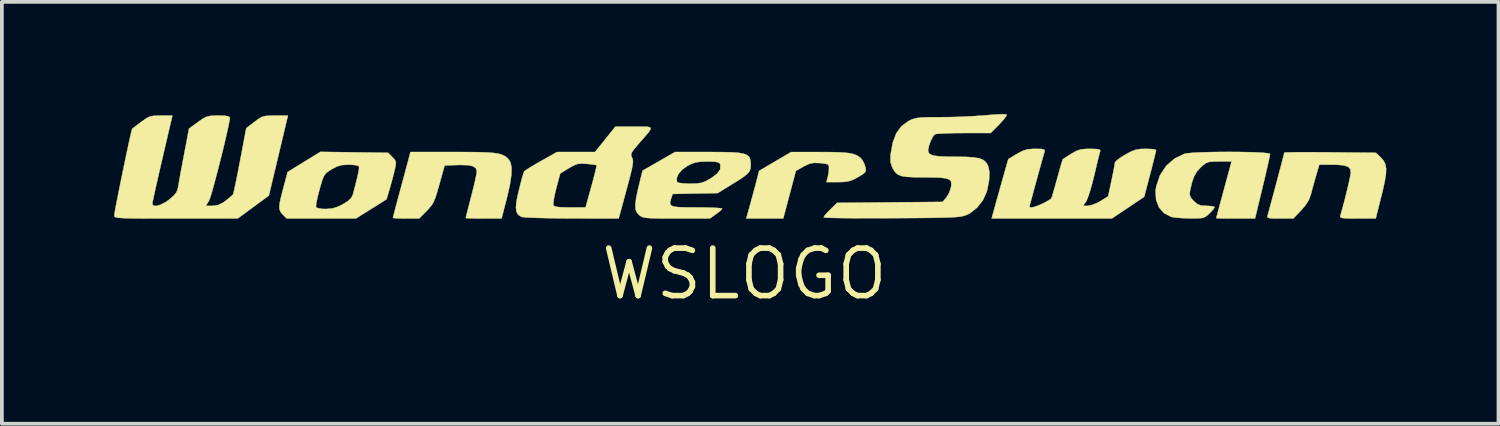
<source format=kicad_pcb>
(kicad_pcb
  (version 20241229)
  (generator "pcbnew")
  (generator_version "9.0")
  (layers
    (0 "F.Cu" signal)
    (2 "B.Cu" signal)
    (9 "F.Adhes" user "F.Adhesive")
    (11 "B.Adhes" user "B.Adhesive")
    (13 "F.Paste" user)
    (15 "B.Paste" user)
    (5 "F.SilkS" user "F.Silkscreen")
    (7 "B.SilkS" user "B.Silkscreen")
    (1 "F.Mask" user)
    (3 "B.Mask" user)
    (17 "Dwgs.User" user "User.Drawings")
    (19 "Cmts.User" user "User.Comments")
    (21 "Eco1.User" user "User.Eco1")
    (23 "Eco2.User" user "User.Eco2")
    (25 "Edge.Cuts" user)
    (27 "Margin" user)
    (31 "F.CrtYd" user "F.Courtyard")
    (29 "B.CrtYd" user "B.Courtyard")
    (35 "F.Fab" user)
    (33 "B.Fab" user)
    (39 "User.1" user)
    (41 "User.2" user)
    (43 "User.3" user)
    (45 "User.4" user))
  (footprint "WSLOGO"
    (layer "F.Cu")
    (at 16.854 1.226)
    (property "Reference" "WSLOGO" (at 0 3.048 0) (layer "F.SilkS") (effects (font (size 1.27 1.27) (thickness 0.15))))
    (attr through_hole)
    (fp_poly (pts (xy 2.341 -0.209) (xy 2.586 -0.201) (xy 2.772 -0.185) (xy 2.909 -0.159) (xy 3.01 -0.121) (xy 3.087 -0.068) (xy 3.139 -0.016) (xy 3.198 0.084) (xy 3.236 0.197) (xy 3.247 0.272) (xy 3.229 0.327) (xy 3.168 0.381) (xy 3.049 0.453) (xy 3.035 0.461) (xy 2.895 0.534) (xy 2.773 0.574) (xy 2.631 0.59) (xy 2.499 0.593) (xy 2.192 0.593) (xy 2.225 0.476) (xy 2.252 0.342) (xy 2.261 0.233) (xy 2.259 0.161) (xy 2.233 0.121) (xy 2.164 0.1) (xy 2.032 0.085) (xy 2.024 0.084) (xy 1.866 0.078) (xy 1.745 0.099) (xy 1.617 0.157) (xy 1.579 0.178) (xy 1.376 0.293) (xy 1.038 1.566) (xy 0.05 1.566) (xy 0.153 1.196) (xy 0.21 0.988) (xy 0.268 0.772) (xy 0.317 0.589) (xy 0.324 0.559) (xy 0.393 0.292) (xy 1.249 -0.211) (xy 2.023 -0.211) (xy 2.341 -0.209)) (stroke (width 0.01) (type solid)) (fill yes) (layer "F.SilkS"))
    (fp_poly (pts (xy -10.433 -0.203) (xy -9.527 -0.191) (xy -9.412 -0.076) (xy -9.347 -0.005) (xy -9.32 0.056) (xy -9.324 0.14) (xy -9.349 0.263) (xy -9.39 0.427) (xy -9.443 0.624) (xy -9.485 0.77) (xy -9.569 1.053) (xy -9.979 1.31) (xy -10.389 1.566) (xy -12.238 1.566) (xy -12.342 1.462) (xy -12.396 1.401) (xy -12.427 1.334) (xy -12.435 1.248) (xy -12.433 1.234) (xy -11.456 1.234) (xy -11.453 1.267) (xy -11.398 1.292) (xy -11.287 1.309) (xy -11.194 1.312) (xy -11.021 1.299) (xy -10.865 1.25) (xy -10.731 1.182) (xy -10.593 1.095) (xy -10.513 1.018) (xy -10.468 0.926) (xy -10.46 0.896) (xy -10.392 0.634) (xy -10.345 0.443) (xy -10.317 0.312) (xy -10.304 0.228) (xy -10.304 0.181) (xy -10.309 0.168) (xy -10.362 0.146) (xy -10.473 0.131) (xy -10.585 0.127) (xy -10.76 0.137) (xy -10.9 0.177) (xy -11.041 0.253) (xy -11.134 0.312) (xy -11.198 0.367) (xy -11.245 0.437) (xy -11.287 0.54) (xy -11.334 0.697) (xy -11.363 0.8) (xy -11.41 0.98) (xy -11.442 1.131) (xy -11.456 1.234) (xy -12.433 1.234) (xy -12.42 1.126) (xy -12.381 0.953) (xy -12.326 0.744) (xy -12.213 0.323) (xy -11.339 -0.216) (xy -10.433 -0.203)) (stroke (width 0.01) (type solid)) (fill yes) (layer "F.SilkS"))
    (fp_poly (pts (xy -7.423 -0.211) (xy -7.13 -0.208) (xy -6.902 -0.201) (xy -6.726 -0.189) (xy -6.595 -0.171) (xy -6.496 -0.145) (xy -6.421 -0.111) (xy -6.357 -0.067) (xy -6.318 -0.032) (xy -6.255 0.064) (xy -6.226 0.208) (xy -6.232 0.406) (xy -6.271 0.667) (xy -6.346 0.996) (xy -6.358 1.042) (xy -6.493 1.566) (xy -6.972 1.566) (xy -7.162 1.565) (xy -7.316 1.562) (xy -7.418 1.558) (xy -7.451 1.553) (xy -7.441 1.509) (xy -7.413 1.399) (xy -7.372 1.237) (xy -7.321 1.039) (xy -7.303 0.971) (xy -7.249 0.756) (xy -7.203 0.563) (xy -7.171 0.412) (xy -7.155 0.32) (xy -7.155 0.308) (xy -7.178 0.224) (xy -7.255 0.169) (xy -7.394 0.14) (xy -7.605 0.134) (xy -7.67 0.136) (xy -8.016 0.148) (xy -8.157 0.655) (xy -8.219 0.872) (xy -8.27 1.027) (xy -8.319 1.14) (xy -8.376 1.229) (xy -8.45 1.315) (xy -8.497 1.364) (xy -8.696 1.566) (xy -9.047 1.566) (xy -9.208 1.564) (xy -9.329 1.559) (xy -9.393 1.551) (xy -9.398 1.548) (xy -9.387 1.503) (xy -9.358 1.39) (xy -9.314 1.223) (xy -9.259 1.016) (xy -9.211 0.839) (xy -9.145 0.594) (xy -9.083 0.365) (xy -9.031 0.169) (xy -8.992 0.025) (xy -8.977 -0.032) (xy -8.929 -0.212) (xy -7.79 -0.212) (xy -7.423 -0.211)) (stroke (width 0.01) (type solid)) (fill yes) (layer "F.SilkS"))
    (fp_poly (pts (xy 15.274 -0.206) (xy 15.58 -0.204) (xy 15.661 -0.203) (xy 16.886 -0.191) (xy 17.01 -0.071) (xy 17.087 0.016) (xy 17.136 0.112) (xy 17.158 0.23) (xy 17.152 0.384) (xy 17.119 0.587) (xy 17.059 0.853) (xy 17.032 0.96) (xy 16.88 1.566) (xy 16.396 1.566) (xy 16.188 1.565) (xy 16.05 1.561) (xy 15.971 1.55) (xy 15.935 1.532) (xy 15.931 1.504) (xy 15.934 1.492) (xy 15.99 1.294) (xy 16.048 1.076) (xy 16.103 0.855) (xy 16.152 0.651) (xy 16.189 0.481) (xy 16.21 0.364) (xy 16.214 0.33) (xy 16.197 0.241) (xy 16.138 0.181) (xy 16.026 0.145) (xy 15.848 0.129) (xy 15.71 0.127) (xy 15.371 0.127) (xy 15.286 0.413) (xy 15.234 0.597) (xy 15.182 0.786) (xy 15.15 0.91) (xy 15.09 1.075) (xy 14.985 1.234) (xy 14.888 1.344) (xy 14.677 1.566) (xy 14.321 1.566) (xy 14.147 1.565) (xy 14.043 1.557) (xy 13.993 1.541) (xy 13.983 1.512) (xy 13.987 1.492) (xy 14.008 1.418) (xy 14.045 1.284) (xy 14.094 1.103) (xy 14.15 0.893) (xy 14.211 0.666) (xy 14.271 0.438) (xy 14.328 0.225) (xy 14.376 0.041) (xy 14.412 -0.1) (xy 14.433 -0.181) (xy 14.436 -0.195) (xy 14.476 -0.2) (xy 14.591 -0.203) (xy 14.769 -0.206) (xy 15.001 -0.206) (xy 15.274 -0.206)) (stroke (width 0.01) (type solid)) (fill yes) (layer "F.SilkS"))
    (fp_poly (pts (xy -2.592 -0.887) (xy -2.517 -0.869) (xy -2.507 -0.825) (xy -2.558 -0.744) (xy -2.666 -0.616) (xy -2.81 -0.453) (xy -2.928 -0.315) (xy -2.998 -0.222) (xy -3.028 -0.159) (xy -3.025 -0.108) (xy -3.004 -0.061) (xy -2.986 -0.016) (xy -2.98 0.042) (xy -2.988 0.126) (xy -3.011 0.248) (xy -3.053 0.419) (xy -3.114 0.654) (xy -3.155 0.805) (xy -3.362 1.566) (xy -4.613 1.564) (xy -4.934 1.562) (xy -5.231 1.557) (xy -5.493 1.551) (xy -5.708 1.544) (xy -5.864 1.535) (xy -5.95 1.525) (xy -5.959 1.522) (xy -6.044 1.47) (xy -6.094 1.389) (xy -6.109 1.267) (xy -6.1 1.178) (xy -5.111 1.178) (xy -5.108 1.204) (xy -5.08 1.236) (xy -5.017 1.255) (xy -4.902 1.266) (xy -4.721 1.27) (xy -4.665 1.27) (xy -4.247 1.27) (xy -4.093 0.712) (xy -4.037 0.508) (xy -3.993 0.335) (xy -3.963 0.21) (xy -3.951 0.145) (xy -3.952 0.141) (xy -3.998 0.13) (xy -4.103 0.116) (xy -4.216 0.105) (xy -4.363 0.097) (xy -4.472 0.11) (xy -4.581 0.156) (xy -4.696 0.222) (xy -4.925 0.362) (xy -5.029 0.75) (xy -5.072 0.926) (xy -5.1 1.076) (xy -5.111 1.178) (xy -6.1 1.178) (xy -6.091 1.093) (xy -6.041 0.853) (xy -6.028 0.803) (xy -5.981 0.615) (xy -5.938 0.457) (xy -5.905 0.348) (xy -5.889 0.308) (xy -5.844 0.272) (xy -5.74 0.206) (xy -5.594 0.118) (xy -5.437 0.028) (xy -5.011 -0.212) (xy -3.994 -0.212) (xy -3.723 -0.55) (xy -3.451 -0.889) (xy -2.948 -0.889) (xy -2.734 -0.89) (xy -2.592 -0.887)) (stroke (width 0.01) (type solid)) (fill yes) (layer "F.SilkS"))
    (fp_poly (pts (xy 13.236 -0.213) (xy 13.486 -0.208) (xy 13.706 -0.201) (xy 13.882 -0.191) (xy 14.003 -0.177) (xy 14.054 -0.161) (xy 14.055 -0.159) (xy 14.045 -0.103) (xy 14.019 0.022) (xy 13.978 0.202) (xy 13.927 0.425) (xy 13.867 0.677) (xy 13.854 0.73) (xy 13.653 1.566) (xy 13.134 1.566) (xy 12.936 1.566) (xy 12.773 1.563) (xy 12.661 1.56) (xy 12.616 1.556) (xy 12.616 1.556) (xy 12.627 1.514) (xy 12.656 1.403) (xy 12.701 1.236) (xy 12.758 1.027) (xy 12.821 0.794) (xy 13.025 0.042) (xy 12.695 0.042) (xy 12.527 0.044) (xy 12.417 0.055) (xy 12.338 0.085) (xy 12.264 0.14) (xy 12.198 0.201) (xy 12.1 0.309) (xy 12.027 0.431) (xy 11.971 0.588) (xy 11.919 0.803) (xy 11.912 0.837) (xy 11.906 0.936) (xy 11.943 1.019) (xy 12.014 1.099) (xy 12.109 1.18) (xy 12.206 1.218) (xy 12.345 1.228) (xy 12.358 1.228) (xy 12.48 1.234) (xy 12.558 1.249) (xy 12.573 1.262) (xy 12.545 1.309) (xy 12.474 1.39) (xy 12.433 1.431) (xy 12.363 1.495) (xy 12.3 1.535) (xy 12.221 1.556) (xy 12.104 1.563) (xy 11.926 1.563) (xy 11.915 1.563) (xy 11.728 1.557) (xy 11.56 1.545) (xy 11.439 1.529) (xy 11.413 1.522) (xy 11.222 1.425) (xy 11.085 1.269) (xy 11.007 1.066) (xy 10.993 0.829) (xy 11.01 0.713) (xy 11.112 0.409) (xy 11.278 0.157) (xy 11.504 -0.038) (xy 11.764 -0.163) (xy 11.852 -0.179) (xy 12.003 -0.192) (xy 12.204 -0.202) (xy 12.44 -0.209) (xy 12.7 -0.214) (xy 12.97 -0.215) (xy 13.236 -0.213)) (stroke (width 0.01) (type solid)) (fill yes) (layer "F.SilkS"))
    (fp_poly (pts (xy -0.627 -0.21) (xy -0.363 -0.204) (xy -0.165 -0.191) (xy -0.023 -0.167) (xy 0.072 -0.13) (xy 0.129 -0.078) (xy 0.158 -0.006) (xy 0.168 0.087) (xy 0.169 0.129) (xy 0.164 0.219) (xy 0.141 0.293) (xy 0.089 0.363) (xy -0.004 0.44) (xy -0.149 0.538) (xy -0.327 0.648) (xy -0.717 0.887) (xy -1.318 0.898) (xy -1.919 0.91) (xy -1.958 1.028) (xy -1.983 1.114) (xy -1.986 1.176) (xy -1.957 1.219) (xy -1.885 1.247) (xy -1.76 1.262) (xy -1.573 1.269) (xy -1.312 1.27) (xy -1.271 1.27) (xy -1.042 1.272) (xy -0.847 1.277) (xy -0.698 1.285) (xy -0.611 1.295) (xy -0.594 1.302) (xy -0.626 1.343) (xy -0.706 1.411) (xy -0.759 1.45) (xy -0.924 1.566) (xy -1.811 1.566) (xy -2.108 1.566) (xy -2.333 1.564) (xy -2.498 1.559) (xy -2.614 1.55) (xy -2.694 1.537) (xy -2.749 1.518) (xy -2.793 1.491) (xy -2.809 1.479) (xy -2.873 1.411) (xy -2.909 1.324) (xy -2.917 1.202) (xy -2.897 1.032) (xy -2.849 0.801) (xy -2.821 0.684) (xy -2.775 0.495) (xy -1.814 0.495) (xy -1.8 0.592) (xy -1.747 0.613) (xy -1.633 0.628) (xy -1.481 0.635) (xy -1.454 0.635) (xy -1.277 0.631) (xy -1.149 0.612) (xy -1.037 0.57) (xy -0.904 0.497) (xy -0.736 0.375) (xy -0.649 0.256) (xy -0.641 0.136) (xy -0.65 0.106) (xy -0.685 0.071) (xy -0.766 0.051) (xy -0.91 0.043) (xy -0.993 0.042) (xy -1.179 0.048) (xy -1.316 0.069) (xy -1.438 0.115) (xy -1.523 0.159) (xy -1.664 0.26) (xy -1.765 0.378) (xy -1.814 0.495) (xy -2.775 0.495) (xy -2.724 0.288) (xy -2.289 0.038) (xy -1.855 -0.212) (xy -0.967 -0.212) (xy -0.627 -0.21)) (stroke (width 0.01) (type solid)) (fill yes) (layer "F.SilkS"))
    (fp_poly (pts (xy 10.871 -0.292) (xy 10.971 -0.28) (xy 11.008 -0.265) (xy 10.998 -0.214) (xy 10.97 -0.098) (xy 10.928 0.07) (xy 10.876 0.275) (xy 10.849 0.377) (xy 10.689 0.986) (xy 10.257 1.276) (xy 9.824 1.566) (xy 6.61 1.566) (xy 6.712 1.196) (xy 6.772 0.981) (xy 6.843 0.728) (xy 6.912 0.482) (xy 6.935 0.402) (xy 7.055 -0.021) (xy 7.283 -0.159) (xy 7.433 -0.24) (xy 7.563 -0.282) (xy 7.717 -0.296) (xy 7.78 -0.296) (xy 7.926 -0.294) (xy 8.003 -0.282) (xy 8.03 -0.257) (xy 8.026 -0.222) (xy 8.004 -0.149) (xy 7.966 -0.016) (xy 7.917 0.159) (xy 7.861 0.361) (xy 7.802 0.575) (xy 7.745 0.784) (xy 7.694 0.972) (xy 7.653 1.123) (xy 7.627 1.222) (xy 7.62 1.252) (xy 7.654 1.273) (xy 7.742 1.259) (xy 7.866 1.216) (xy 8.007 1.152) (xy 8.147 1.073) (xy 8.205 1.033) (xy 8.221 0.991) (xy 8.254 0.883) (xy 8.299 0.725) (xy 8.353 0.532) (xy 8.359 0.51) (xy 8.413 0.315) (xy 8.459 0.151) (xy 8.495 0.035) (xy 8.513 -0.017) (xy 8.514 -0.018) (xy 8.556 -0.047) (xy 8.647 -0.106) (xy 8.74 -0.164) (xy 8.869 -0.238) (xy 8.983 -0.278) (xy 9.12 -0.294) (xy 9.241 -0.296) (xy 9.403 -0.292) (xy 9.491 -0.278) (xy 9.516 -0.251) (xy 9.514 -0.243) (xy 9.498 -0.185) (xy 9.466 -0.06) (xy 9.424 0.114) (xy 9.375 0.322) (xy 9.356 0.402) (xy 9.3 0.625) (xy 9.243 0.828) (xy 9.189 0.99) (xy 9.146 1.094) (xy 9.136 1.111) (xy 9.054 1.228) (xy 9.183 1.228) (xy 9.292 1.205) (xy 9.431 1.149) (xy 9.519 1.101) (xy 9.725 0.974) (xy 9.816 0.549) (xy 9.854 0.365) (xy 9.884 0.211) (xy 9.902 0.105) (xy 9.906 0.071) (xy 9.94 0.026) (xy 10.031 -0.045) (xy 10.159 -0.127) (xy 10.179 -0.139) (xy 10.338 -0.225) (xy 10.464 -0.272) (xy 10.593 -0.293) (xy 10.73 -0.296) (xy 10.871 -0.292)) (stroke (width 0.01) (type solid)) (fill yes) (layer "F.SilkS"))
    (fp_poly (pts (xy -12.206 -1.185) (xy -12.46 -0.116) (xy -12.715 0.953) (xy -13.131 1.259) (xy -13.548 1.566) (xy -15.198 1.566) (xy -15.615 1.566) (xy -15.955 1.566) (xy -16.227 1.564) (xy -16.437 1.561) (xy -16.593 1.557) (xy -16.704 1.55) (xy -16.777 1.541) (xy -16.82 1.529) (xy -16.842 1.514) (xy -16.848 1.495) (xy -16.849 1.486) (xy -16.84 1.424) (xy -16.818 1.295) (xy -16.783 1.113) (xy -16.738 0.889) (xy -16.688 0.637) (xy -16.633 0.369) (xy -16.577 0.1) (xy -16.523 -0.158) (xy -16.473 -0.392) (xy -16.43 -0.588) (xy -16.396 -0.735) (xy -16.375 -0.818) (xy -16.369 -0.832) (xy -16.329 -0.865) (xy -16.239 -0.933) (xy -16.127 -1.018) (xy -16.002 -1.106) (xy -15.905 -1.156) (xy -15.8 -1.179) (xy -15.654 -1.185) (xy -15.598 -1.185) (xy -15.295 -1.185) (xy -15.564 -0.032) (xy -15.634 0.27) (xy -15.697 0.546) (xy -15.751 0.786) (xy -15.793 0.977) (xy -15.821 1.11) (xy -15.833 1.172) (xy -15.833 1.174) (xy -15.801 1.225) (xy -15.718 1.23) (xy -15.6 1.194) (xy -15.464 1.121) (xy -15.378 1.059) (xy -15.254 0.952) (xy -15.183 0.86) (xy -15.147 0.758) (xy -15.138 0.71) (xy -15.121 0.606) (xy -15.091 0.438) (xy -15.052 0.225) (xy -15.007 -0.014) (xy -14.98 -0.154) (xy -14.851 -0.836) (xy -14.613 -1.011) (xy -14.484 -1.102) (xy -14.384 -1.154) (xy -14.28 -1.178) (xy -14.138 -1.185) (xy -14.067 -1.185) (xy -13.897 -1.181) (xy -13.799 -1.166) (xy -13.76 -1.139) (xy -13.758 -1.128) (xy -13.769 -1.046) (xy -13.798 -0.899) (xy -13.842 -0.699) (xy -13.897 -0.462) (xy -13.96 -0.201) (xy -14.028 0.069) (xy -14.096 0.335) (xy -14.161 0.581) (xy -14.22 0.795) (xy -14.269 0.961) (xy -14.304 1.066) (xy -14.316 1.09) (xy -14.4 1.228) (xy -14.223 1.228) (xy -14.078 1.209) (xy -13.944 1.145) (xy -13.87 1.091) (xy -13.767 1.008) (xy -13.693 0.945) (xy -13.672 0.924) (xy -13.658 0.875) (xy -13.631 0.755) (xy -13.594 0.578) (xy -13.549 0.356) (xy -13.5 0.101) (xy -13.485 0.023) (xy -13.32 -0.848) (xy -13.101 -1.017) (xy -12.988 -1.101) (xy -12.899 -1.151) (xy -12.805 -1.176) (xy -12.676 -1.184) (xy -12.544 -1.185) (xy -12.206 -1.185)) (stroke (width 0.01) (type solid)) (fill yes) (layer "F.SilkS"))
    (fp_poly (pts (xy 7.011 -1.215) (xy 7.014 -1.213) (xy 7 -1.171) (xy 6.938 -1.087) (xy 6.84 -0.978) (xy 6.815 -0.951) (xy 6.586 -0.72) (xy 5.865 -0.719) (xy 5.624 -0.717) (xy 5.411 -0.712) (xy 5.241 -0.704) (xy 5.129 -0.694) (xy 5.092 -0.686) (xy 5.038 -0.62) (xy 4.981 -0.506) (xy 4.933 -0.377) (xy 4.911 -0.268) (xy 4.911 -0.257) (xy 4.925 -0.193) (xy 4.974 -0.147) (xy 5.069 -0.115) (xy 5.22 -0.096) (xy 5.437 -0.086) (xy 5.651 -0.085) (xy 5.932 -0.081) (xy 6.141 -0.067) (xy 6.291 -0.04) (xy 6.395 0.005) (xy 6.466 0.072) (xy 6.517 0.163) (xy 6.519 0.169) (xy 6.551 0.328) (xy 6.542 0.541) (xy 6.495 0.788) (xy 6.478 0.851) (xy 6.378 1.075) (xy 6.222 1.275) (xy 6.033 1.424) (xy 5.977 1.454) (xy 5.926 1.476) (xy 5.874 1.494) (xy 5.811 1.509) (xy 5.73 1.521) (xy 5.623 1.53) (xy 5.48 1.538) (xy 5.294 1.543) (xy 5.057 1.548) (xy 4.76 1.551) (xy 4.395 1.554) (xy 3.954 1.557) (xy 3.948 1.557) (xy 3.563 1.559) (xy 3.206 1.559) (xy 2.885 1.558) (xy 2.609 1.555) (xy 2.386 1.551) (xy 2.224 1.546) (xy 2.134 1.539) (xy 2.117 1.535) (xy 2.145 1.488) (xy 2.218 1.404) (xy 2.297 1.324) (xy 2.477 1.148) (xy 5.299 1.122) (xy 5.396 1.009) (xy 5.47 0.889) (xy 5.52 0.747) (xy 5.523 0.736) (xy 5.534 0.64) (xy 5.522 0.57) (xy 5.474 0.521) (xy 5.38 0.491) (xy 5.231 0.474) (xy 5.015 0.467) (xy 4.806 0.466) (xy 4.54 0.463) (xy 4.345 0.453) (xy 4.205 0.432) (xy 4.107 0.393) (xy 4.036 0.334) (xy 3.979 0.249) (xy 3.953 0.201) (xy 3.907 0.059) (xy 3.906 -0.121) (xy 3.909 -0.145) (xy 3.967 -0.465) (xy 4.062 -0.715) (xy 4.2 -0.903) (xy 4.384 -1.038) (xy 4.401 -1.048) (xy 4.481 -1.084) (xy 4.562 -1.11) (xy 4.66 -1.127) (xy 4.792 -1.137) (xy 4.975 -1.142) (xy 5.224 -1.143) (xy 5.248 -1.143) (xy 5.535 -1.146) (xy 5.848 -1.156) (xy 6.153 -1.172) (xy 6.413 -1.19) (xy 6.445 -1.193) (xy 6.65 -1.21) (xy 6.824 -1.219) (xy 6.95 -1.221) (xy 7.011 -1.215)) (stroke (width 0.01) (type solid)) (fill yes) (layer "F.SilkS")))
  (gr_rect
    (start -3 -3)
    (end 37.016 8.28)
    (stroke (width 0.1) (type default))
    (fill no)
    (layer "Edge.Cuts")))
</source>
